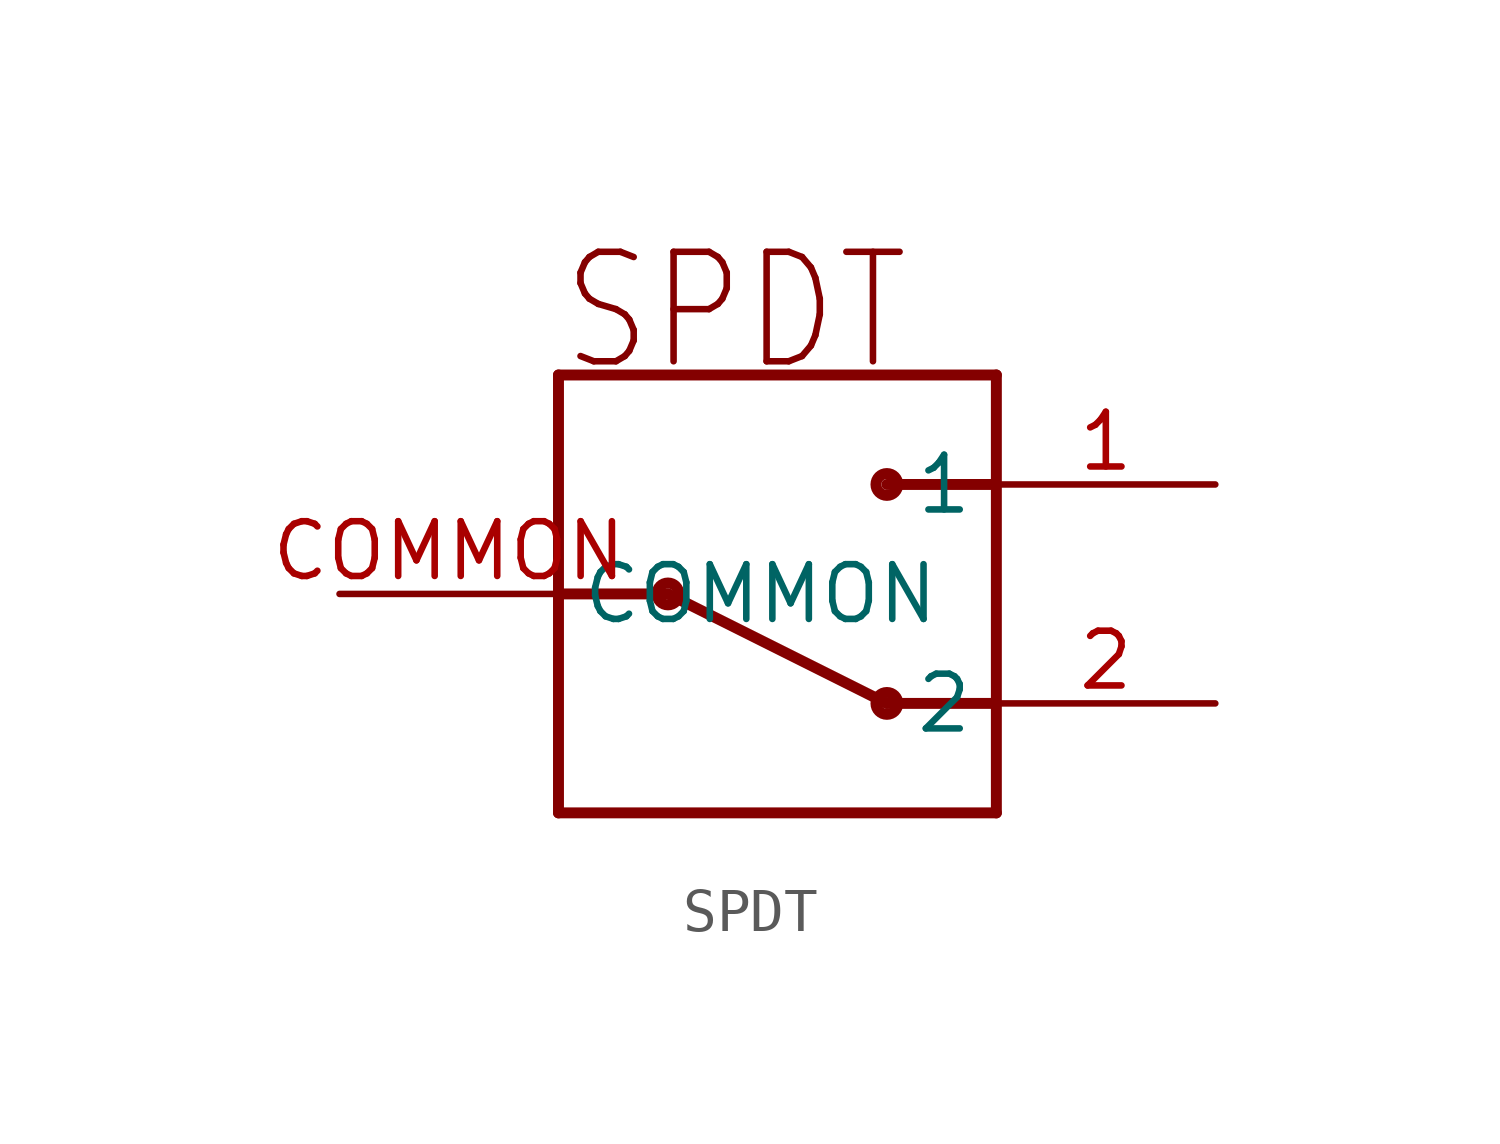
<source format=kicad_sym>
(kicad_symbol_lib
  (version 20231120)
  (generator "kicad_symbol_editor")
  (generator_version "8.0")
  (symbol "SPDT"
    (property "Reference" ""
      (at 0 0 0)
      (effects (font (size 1.27 1.27)) (hide yes)))
    (property "ki_locked" ""
      (at 0 0 0)
      (effects (font (size 1.27 1.27))))
    (symbol "SPDT_1_0"
      (circle (center -2.54 0) (radius 0.254) (stroke (width 0.254) (type solid)) (fill (type none)))
      (polyline (pts (xy -5.08 -5.08) (xy -5.08 0)) (stroke (width 0.254) (type solid)) (fill (type none)))
      (polyline (pts (xy -5.08 0) (xy -5.08 5.08)) (stroke (width 0.254) (type solid)) (fill (type none)))
      (polyline (pts (xy -5.08 0) (xy -2.54 0)) (stroke (width 0.254) (type solid)) (fill (type none)))
      (polyline (pts (xy -5.08 5.08) (xy 5.08 5.08)) (stroke (width 0.254) (type solid)) (fill (type none)))
      (polyline (pts (xy -2.54 0) (xy 2.54 -2.54)) (stroke (width 0.254) (type solid)) (fill (type none)))
      (polyline (pts (xy 2.54 -2.54) (xy 5.08 -2.54)) (stroke (width 0.254) (type solid)) (fill (type none)))
      (polyline (pts (xy 2.54 2.54) (xy 5.08 2.54)) (stroke (width 0.254) (type solid)) (fill (type none)))
      (polyline (pts (xy 5.08 -5.08) (xy -5.08 -5.08)) (stroke (width 0.254) (type solid)) (fill (type none)))
      (polyline (pts (xy 5.08 -2.54) (xy 5.08 -5.08)) (stroke (width 0.254) (type solid)) (fill (type none)))
      (polyline (pts (xy 5.08 2.54) (xy 5.08 -2.54)) (stroke (width 0.254) (type solid)) (fill (type none)))
      (polyline (pts (xy 5.08 5.08) (xy 5.08 2.54)) (stroke (width 0.254) (type solid)) (fill (type none)))
      (circle (center 2.54 -2.54) (radius 0.254) (stroke (width 0.254) (type solid)) (fill (type none)))
      (circle (center 2.54 2.54) (radius 0.254) (stroke (width 0.254) (type solid)) (fill (type none)))
      (text "SPDT" (at -5.08 5.08 0) (effects (font (size 2.54 2.159)) (justify left bottom)))
      (pin bidirectional line (at 10.16 2.54 180) (length 5.08) (name "1" (effects (font (size 1.27 1.27)))) (number "1" (effects (font (size 1.27 1.27)))))
      (pin bidirectional line (at 10.16 -2.54 180) (length 5.08) (name "2" (effects (font (size 1.27 1.27)))) (number "2" (effects (font (size 1.27 1.27)))))
      (pin bidirectional line (at -10.16 0 0) (length 5.08) (name "COMMON" (effects (font (size 1.27 1.27)))) (number "COMMON" (effects (font (size 1.27 1.27))))))))
</source>
